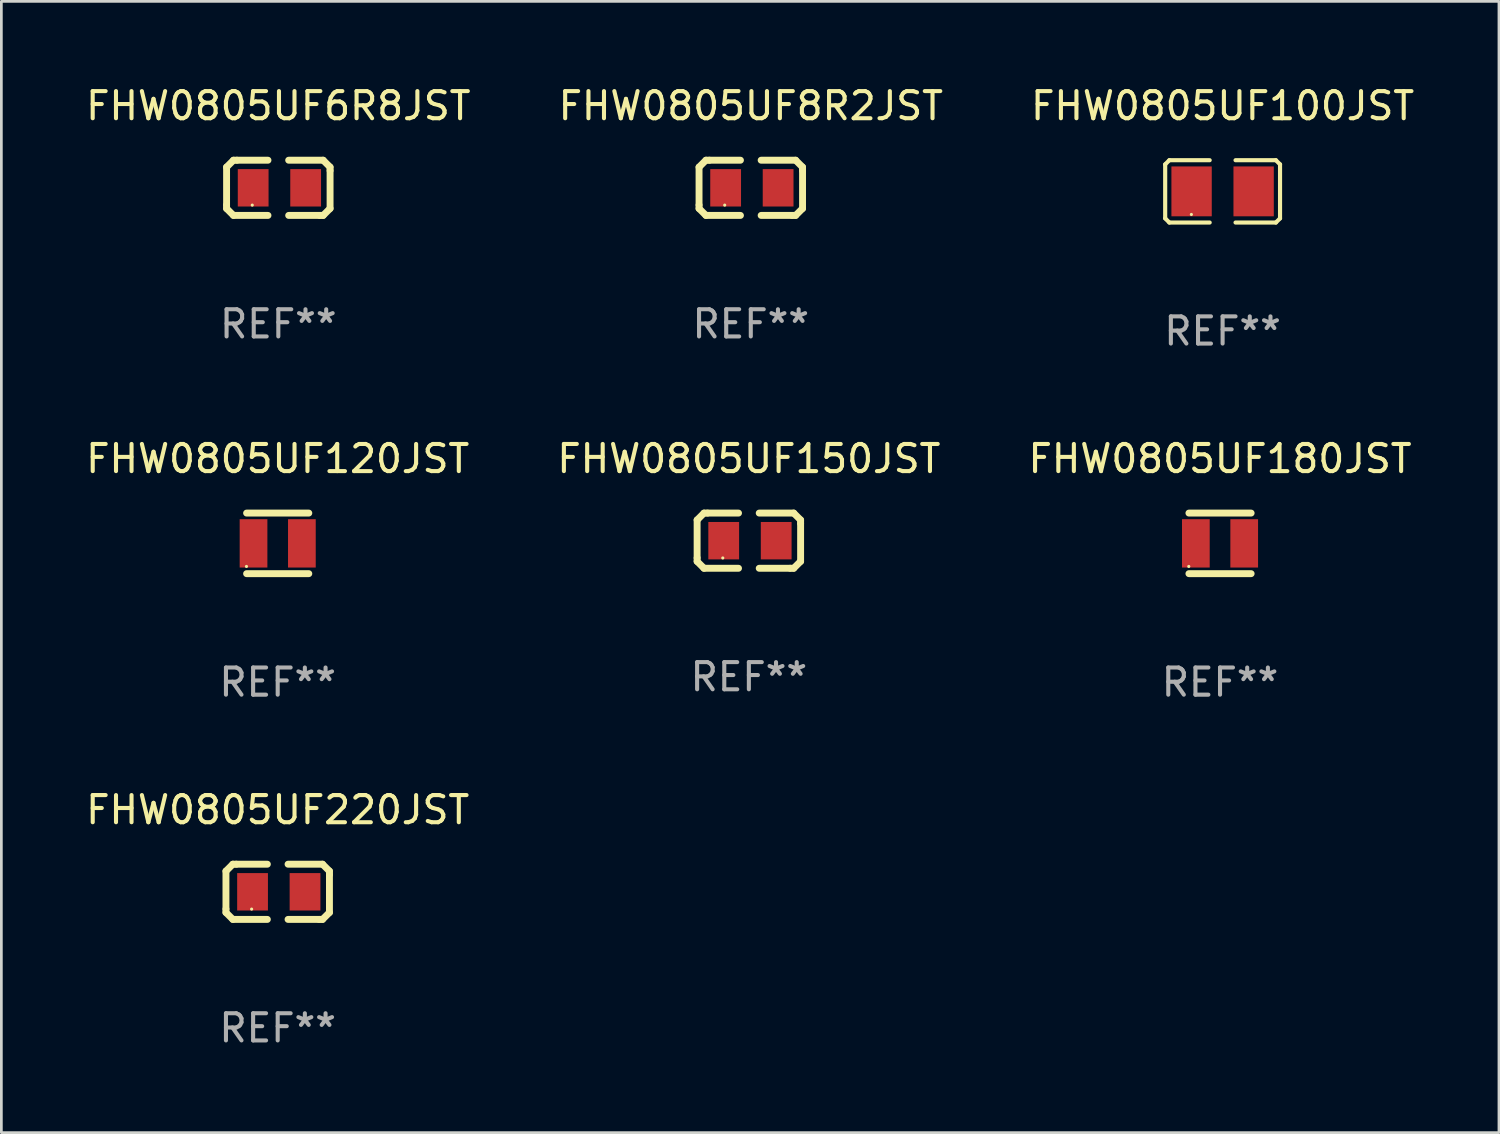
<source format=kicad_pcb>
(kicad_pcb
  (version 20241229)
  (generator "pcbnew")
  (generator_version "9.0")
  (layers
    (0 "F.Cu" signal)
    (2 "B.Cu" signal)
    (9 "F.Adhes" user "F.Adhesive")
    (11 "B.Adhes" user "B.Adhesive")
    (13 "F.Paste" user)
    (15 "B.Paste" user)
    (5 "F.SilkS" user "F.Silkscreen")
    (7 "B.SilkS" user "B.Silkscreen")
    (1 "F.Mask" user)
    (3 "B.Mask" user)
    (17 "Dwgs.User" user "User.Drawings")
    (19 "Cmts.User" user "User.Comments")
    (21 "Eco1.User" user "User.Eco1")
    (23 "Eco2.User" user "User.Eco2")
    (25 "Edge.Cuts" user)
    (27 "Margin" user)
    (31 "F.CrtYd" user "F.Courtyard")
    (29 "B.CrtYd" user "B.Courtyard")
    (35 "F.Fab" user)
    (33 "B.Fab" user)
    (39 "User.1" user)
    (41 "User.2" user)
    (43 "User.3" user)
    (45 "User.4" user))
  (footprint "FHW0805UF120JST"
    (layer "F.Cu")
    (at 7.173 16.953)
    (property "Reference" "FHW0805UF120JST" (at 0 -3.115 0) (layer "F.SilkS") (effects (font (size 1 1) (thickness 0.15))))
    (attr through_hole)
    (fp_line (start -1.145 -1.115) (end 1.145 -1.115) (stroke (width 0.254) (type solid)) (layer "F.SilkS"))
    (fp_line (start -1.145 1.115) (end 1.145 1.115) (stroke (width 0.254) (type solid)) (layer "F.SilkS"))
    (fp_circle (center -1.15 0.85) (end -1.12 0.85) (stroke (width 0.06) (type solid)) (fill no) (layer "F.SilkS"))
    (fp_text user "REF**" (at 0 5.115 0) (layer "F.Fab") (effects (font (size 1 1) (thickness 0.15))))
    (pad "1" smd rect (at -0.89 0 90) (size 1.78 1.02) (layers "F.Cu" "F.Mask" "F.Paste"))
    (pad "2" smd rect (at 0.89 0 90) (size 1.78 1.02) (layers "F.Cu" "F.Mask" "F.Paste")))
  (footprint "FHW0805UF100JST"
    (layer "F.Cu")
    (at 41.958 3.995)
    (property "Reference" "FHW0805UF100JST" (at 0 -3.147 0) (layer "F.SilkS") (effects (font (size 1 1) (thickness 0.15))))
    (attr through_hole)
    (fp_line (start -2.114 -0.994) (end -2.114 0.994) (stroke (width 0.152) (type solid)) (layer "F.SilkS"))
    (fp_line (start -2.114 0.994) (end -1.961 1.147) (stroke (width 0.152) (type solid)) (layer "F.SilkS"))
    (fp_line (start -1.961 -1.147) (end -2.114 -0.994) (stroke (width 0.152) (type solid)) (layer "F.SilkS"))
    (fp_line (start -1.961 1.147) (end -0.476 1.147) (stroke (width 0.152) (type solid)) (layer "F.SilkS"))
    (fp_line (start -0.476 -1.147) (end -1.961 -1.147) (stroke (width 0.152) (type solid)) (layer "F.SilkS"))
    (fp_line (start 0.476 -1.147) (end 1.961 -1.147) (stroke (width 0.152) (type solid)) (layer "F.SilkS"))
    (fp_line (start 1.961 -1.147) (end 2.114 -0.994) (stroke (width 0.152) (type solid)) (layer "F.SilkS"))
    (fp_line (start 1.961 1.147) (end 0.476 1.147) (stroke (width 0.152) (type solid)) (layer "F.SilkS"))
    (fp_line (start 2.114 -0.994) (end 2.114 0.994) (stroke (width 0.152) (type solid)) (layer "F.SilkS"))
    (fp_line (start 2.114 0.994) (end 1.961 1.147) (stroke (width 0.152) (type solid)) (layer "F.SilkS"))
    (fp_circle (center -1.15 0.85) (end -1.12 0.85) (stroke (width 0.06) (type solid)) (fill no) (layer "F.SilkS"))
    (fp_text user "REF**" (at 0 5.147 0) (layer "F.Fab") (effects (font (size 1 1) (thickness 0.15))))
    (pad "1" smd rect (at -1.142 0) (size 1.485 1.836) (layers "F.Cu" "F.Mask" "F.Paste"))
    (pad "2" smd rect (at 1.142 0) (size 1.485 1.836) (layers "F.Cu" "F.Mask" "F.Paste")))
  (footprint "FHW0805UF180JST"
    (layer "F.Cu")
    (at 41.863 16.953)
    (property "Reference" "FHW0805UF180JST" (at 0 -3.115 0) (layer "F.SilkS") (effects (font (size 1 1) (thickness 0.15))))
    (attr through_hole)
    (fp_line (start -1.145 -1.115) (end 1.145 -1.115) (stroke (width 0.254) (type solid)) (layer "F.SilkS"))
    (fp_line (start -1.145 1.115) (end 1.145 1.115) (stroke (width 0.254) (type solid)) (layer "F.SilkS"))
    (fp_circle (center -1.15 0.85) (end -1.12 0.85) (stroke (width 0.06) (type solid)) (fill no) (layer "F.SilkS"))
    (fp_text user "REF**" (at 0 5.115 0) (layer "F.Fab") (effects (font (size 1 1) (thickness 0.15))))
    (pad "1" smd rect (at -0.89 0 90) (size 1.78 1.02) (layers "F.Cu" "F.Mask" "F.Paste"))
    (pad "2" smd rect (at 0.89 0 90) (size 1.78 1.02) (layers "F.Cu" "F.Mask" "F.Paste")))
  (footprint "FHW0805UF150JST"
    (layer "F.Cu")
    (at 24.518 16.854)
    (property "Reference" "FHW0805UF150JST" (at 0 -3.016 0) (layer "F.SilkS") (effects (font (size 1 1) (thickness 0.15))))
    (attr through_hole)
    (fp_line (start -1.905 -0.762) (end -1.905 0.635) (stroke (width 0.254) (type solid)) (layer "F.SilkS"))
    (fp_line (start -1.905 0.635) (end -1.905 0.762) (stroke (width 0.254) (type solid)) (layer "F.SilkS"))
    (fp_line (start -1.905 0.762) (end -1.651 1.016) (stroke (width 0.254) (type solid)) (layer "F.SilkS"))
    (fp_line (start -1.651 -1.016) (end -1.905 -0.762) (stroke (width 0.254) (type solid)) (layer "F.SilkS"))
    (fp_line (start -1.651 1.016) (end -0.381 1.016) (stroke (width 0.254) (type solid)) (layer "F.SilkS"))
    (fp_line (start -1.524 -1.016) (end -1.651 -1.016) (stroke (width 0.254) (type solid)) (layer "F.SilkS"))
    (fp_line (start -0.381 -1.016) (end -1.524 -1.016) (stroke (width 0.254) (type solid)) (layer "F.SilkS"))
    (fp_line (start 0.381 1.016) (end 1.524 1.016) (stroke (width 0.254) (type solid)) (layer "F.SilkS"))
    (fp_line (start 1.524 1.016) (end 1.651 1.016) (stroke (width 0.254) (type solid)) (layer "F.SilkS"))
    (fp_line (start 1.651 -1.016) (end 0.381 -1.016) (stroke (width 0.254) (type solid)) (layer "F.SilkS"))
    (fp_line (start 1.651 1.016) (end 1.905 0.762) (stroke (width 0.254) (type solid)) (layer "F.SilkS"))
    (fp_line (start 1.905 -0.762) (end 1.651 -1.016) (stroke (width 0.254) (type solid)) (layer "F.SilkS"))
    (fp_line (start 1.905 -0.635) (end 1.905 -0.762) (stroke (width 0.254) (type solid)) (layer "F.SilkS"))
    (fp_line (start 1.905 0.762) (end 1.905 -0.635) (stroke (width 0.254) (type solid)) (layer "F.SilkS"))
    (fp_circle (center -0.96 0.637) (end -0.93 0.637) (stroke (width 0.06) (type solid)) (fill no) (layer "F.SilkS"))
    (fp_text user "REF**" (at 0 5.016 0) (layer "F.Fab") (effects (font (size 1 1) (thickness 0.15))))
    (pad "1" smd rect (at -0.926 -0.000051) (size 1.133 1.377) (layers "F.Cu" "F.Mask" "F.Paste"))
    (pad "2" smd rect (at 1.006 -0.000051) (size 1.133 1.377) (layers "F.Cu" "F.Mask" "F.Paste")))
  (footprint "FHW0805UF8R2JST"
    (layer "F.Cu")
    (at 24.589 3.864)
    (property "Reference" "FHW0805UF8R2JST" (at 0 -3.016 0) (layer "F.SilkS") (effects (font (size 1 1) (thickness 0.15))))
    (attr through_hole)
    (fp_line (start -1.905 -0.762) (end -1.905 0.635) (stroke (width 0.254) (type solid)) (layer "F.SilkS"))
    (fp_line (start -1.905 0.635) (end -1.905 0.762) (stroke (width 0.254) (type solid)) (layer "F.SilkS"))
    (fp_line (start -1.905 0.762) (end -1.651 1.016) (stroke (width 0.254) (type solid)) (layer "F.SilkS"))
    (fp_line (start -1.651 -1.016) (end -1.905 -0.762) (stroke (width 0.254) (type solid)) (layer "F.SilkS"))
    (fp_line (start -1.651 1.016) (end -0.381 1.016) (stroke (width 0.254) (type solid)) (layer "F.SilkS"))
    (fp_line (start -1.524 -1.016) (end -1.651 -1.016) (stroke (width 0.254) (type solid)) (layer "F.SilkS"))
    (fp_line (start -0.381 -1.016) (end -1.524 -1.016) (stroke (width 0.254) (type solid)) (layer "F.SilkS"))
    (fp_line (start 0.381 1.016) (end 1.524 1.016) (stroke (width 0.254) (type solid)) (layer "F.SilkS"))
    (fp_line (start 1.524 1.016) (end 1.651 1.016) (stroke (width 0.254) (type solid)) (layer "F.SilkS"))
    (fp_line (start 1.651 -1.016) (end 0.381 -1.016) (stroke (width 0.254) (type solid)) (layer "F.SilkS"))
    (fp_line (start 1.651 1.016) (end 1.905 0.762) (stroke (width 0.254) (type solid)) (layer "F.SilkS"))
    (fp_line (start 1.905 -0.762) (end 1.651 -1.016) (stroke (width 0.254) (type solid)) (layer "F.SilkS"))
    (fp_line (start 1.905 -0.635) (end 1.905 -0.762) (stroke (width 0.254) (type solid)) (layer "F.SilkS"))
    (fp_line (start 1.905 0.762) (end 1.905 -0.635) (stroke (width 0.254) (type solid)) (layer "F.SilkS"))
    (fp_circle (center -0.96 0.637) (end -0.93 0.637) (stroke (width 0.06) (type solid)) (fill no) (layer "F.SilkS"))
    (fp_text user "REF**" (at 0 5.016 0) (layer "F.Fab") (effects (font (size 1 1) (thickness 0.15))))
    (pad "1" smd rect (at -0.926 -0.000051) (size 1.133 1.377) (layers "F.Cu" "F.Mask" "F.Paste"))
    (pad "2" smd rect (at 1.006 -0.000051) (size 1.133 1.377) (layers "F.Cu" "F.Mask" "F.Paste")))
  (footprint "FHW0805UF220JST"
    (layer "F.Cu")
    (at 7.173 29.78)
    (property "Reference" "FHW0805UF220JST" (at 0 -3.016 0) (layer "F.SilkS") (effects (font (size 1 1) (thickness 0.15))))
    (attr through_hole)
    (fp_line (start -1.905 -0.762) (end -1.905 0.635) (stroke (width 0.254) (type solid)) (layer "F.SilkS"))
    (fp_line (start -1.905 0.635) (end -1.905 0.762) (stroke (width 0.254) (type solid)) (layer "F.SilkS"))
    (fp_line (start -1.905 0.762) (end -1.651 1.016) (stroke (width 0.254) (type solid)) (layer "F.SilkS"))
    (fp_line (start -1.651 -1.016) (end -1.905 -0.762) (stroke (width 0.254) (type solid)) (layer "F.SilkS"))
    (fp_line (start -1.651 1.016) (end -0.381 1.016) (stroke (width 0.254) (type solid)) (layer "F.SilkS"))
    (fp_line (start -1.524 -1.016) (end -1.651 -1.016) (stroke (width 0.254) (type solid)) (layer "F.SilkS"))
    (fp_line (start -0.381 -1.016) (end -1.524 -1.016) (stroke (width 0.254) (type solid)) (layer "F.SilkS"))
    (fp_line (start 0.381 1.016) (end 1.524 1.016) (stroke (width 0.254) (type solid)) (layer "F.SilkS"))
    (fp_line (start 1.524 1.016) (end 1.651 1.016) (stroke (width 0.254) (type solid)) (layer "F.SilkS"))
    (fp_line (start 1.651 -1.016) (end 0.381 -1.016) (stroke (width 0.254) (type solid)) (layer "F.SilkS"))
    (fp_line (start 1.651 1.016) (end 1.905 0.762) (stroke (width 0.254) (type solid)) (layer "F.SilkS"))
    (fp_line (start 1.905 -0.762) (end 1.651 -1.016) (stroke (width 0.254) (type solid)) (layer "F.SilkS"))
    (fp_line (start 1.905 -0.635) (end 1.905 -0.762) (stroke (width 0.254) (type solid)) (layer "F.SilkS"))
    (fp_line (start 1.905 0.762) (end 1.905 -0.635) (stroke (width 0.254) (type solid)) (layer "F.SilkS"))
    (fp_circle (center -0.96 0.637) (end -0.93 0.637) (stroke (width 0.06) (type solid)) (fill no) (layer "F.SilkS"))
    (fp_text user "REF**" (at 0 5.016 0) (layer "F.Fab") (effects (font (size 1 1) (thickness 0.15))))
    (pad "1" smd rect (at -0.926 -0.000051) (size 1.133 1.377) (layers "F.Cu" "F.Mask" "F.Paste"))
    (pad "2" smd rect (at 1.006 -0.000051) (size 1.133 1.377) (layers "F.Cu" "F.Mask" "F.Paste")))
  (footprint "FHW0805UF6R8JST"
    (layer "F.Cu")
    (at 7.196 3.864)
    (property "Reference" "FHW0805UF6R8JST" (at 0 -3.016 0) (layer "F.SilkS") (effects (font (size 1 1) (thickness 0.15))))
    (attr through_hole)
    (fp_line (start -1.905 -0.762) (end -1.905 0.635) (stroke (width 0.254) (type solid)) (layer "F.SilkS"))
    (fp_line (start -1.905 0.635) (end -1.905 0.762) (stroke (width 0.254) (type solid)) (layer "F.SilkS"))
    (fp_line (start -1.905 0.762) (end -1.651 1.016) (stroke (width 0.254) (type solid)) (layer "F.SilkS"))
    (fp_line (start -1.651 -1.016) (end -1.905 -0.762) (stroke (width 0.254) (type solid)) (layer "F.SilkS"))
    (fp_line (start -1.651 1.016) (end -0.381 1.016) (stroke (width 0.254) (type solid)) (layer "F.SilkS"))
    (fp_line (start -1.524 -1.016) (end -1.651 -1.016) (stroke (width 0.254) (type solid)) (layer "F.SilkS"))
    (fp_line (start -0.381 -1.016) (end -1.524 -1.016) (stroke (width 0.254) (type solid)) (layer "F.SilkS"))
    (fp_line (start 0.381 1.016) (end 1.524 1.016) (stroke (width 0.254) (type solid)) (layer "F.SilkS"))
    (fp_line (start 1.524 1.016) (end 1.651 1.016) (stroke (width 0.254) (type solid)) (layer "F.SilkS"))
    (fp_line (start 1.651 -1.016) (end 0.381 -1.016) (stroke (width 0.254) (type solid)) (layer "F.SilkS"))
    (fp_line (start 1.651 1.016) (end 1.905 0.762) (stroke (width 0.254) (type solid)) (layer "F.SilkS"))
    (fp_line (start 1.905 -0.762) (end 1.651 -1.016) (stroke (width 0.254) (type solid)) (layer "F.SilkS"))
    (fp_line (start 1.905 -0.635) (end 1.905 -0.762) (stroke (width 0.254) (type solid)) (layer "F.SilkS"))
    (fp_line (start 1.905 0.762) (end 1.905 -0.635) (stroke (width 0.254) (type solid)) (layer "F.SilkS"))
    (fp_circle (center -0.96 0.637) (end -0.93 0.637) (stroke (width 0.06) (type solid)) (fill no) (layer "F.SilkS"))
    (fp_text user "REF**" (at 0 5.016 0) (layer "F.Fab") (effects (font (size 1 1) (thickness 0.15))))
    (pad "1" smd rect (at -0.926 -0.000051) (size 1.133 1.377) (layers "F.Cu" "F.Mask" "F.Paste"))
    (pad "2" smd rect (at 1.006 -0.000051) (size 1.133 1.377) (layers "F.Cu" "F.Mask" "F.Paste")))
  (gr_rect
    (start -3 -3)
    (end 52.131 38.645)
    (stroke (width 0.1) (type default))
    (fill no)
    (layer "Edge.Cuts")))
</source>
